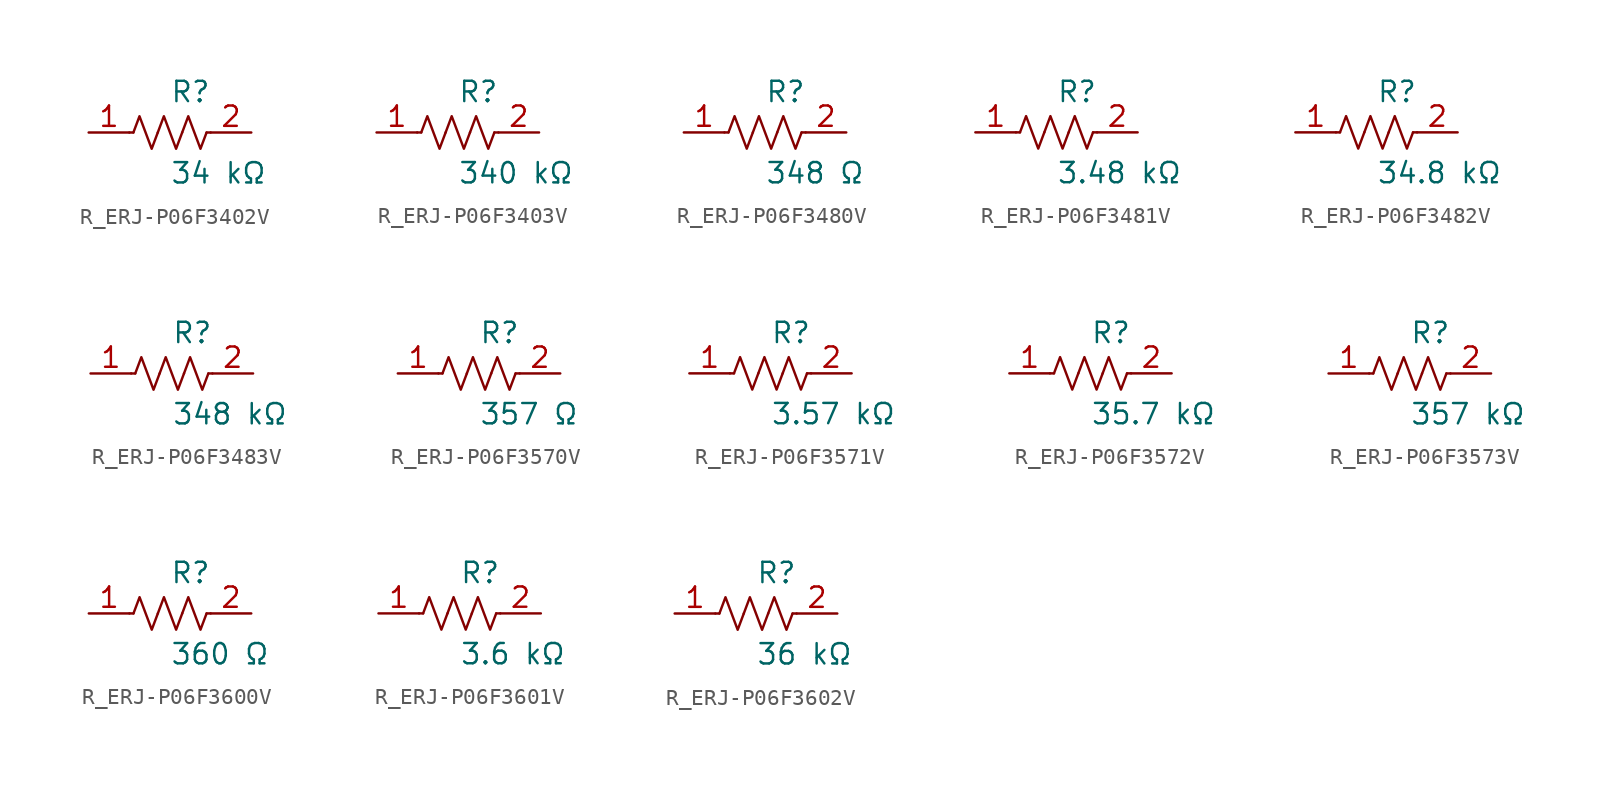
<source format=kicad_sym>
(kicad_symbol_lib
  (version 20231120)
  (generator kicad_symbol_editor)
  (generator_version 8.0)
  (symbol "R_ERJ-P06F3402V"
    (pin_names
      (offset 0.254))
    (property "Reference" "R"
      (at 0 2.54 0)
      (effects (font (size 1.27 1.27)) (justify left)))
    (property "Value" "34 kΩ"
      (at 0 -2.54 0)
      (effects (font (size 1.27 1.27)) (justify left)))
    (symbol "R_ERJ-P06F3402V_0_1"
      (polyline (pts (xy 2.286 0) (xy 2.54 0)) (stroke (width 0) (type default)) (fill (type none)))
      (polyline (pts (xy -2.286 0) (xy -2.54 0)) (stroke (width 0) (type default)) (fill (type none)))
      (polyline (pts (xy 0.762 0) (xy 1.143 1.016) (xy 1.524 0) (xy 1.905 -1.016) (xy 2.286 0)) (stroke (width 0) (type default)) (fill (type none)))
      (polyline (pts (xy -0.762 0) (xy -0.381 1.016) (xy 0 0) (xy 0.381 -1.016) (xy 0.762 0)) (stroke (width 0) (type default)) (fill (type none)))
      (polyline (pts (xy -2.286 0) (xy -1.905 1.016) (xy -1.524 0) (xy -1.143 -1.016) (xy -0.762 0)) (stroke (width 0) (type default)) (fill (type none))))
    (pin passive line
      (at -5.08 0 0)
      (length 2.54)
      (name "" (effects (font (size 1.27 1.27))))
      (number "1" (effects (font (size 1.27 1.27)))))
    (pin passive line
      (at 5.08 0 180)
      (length 2.54)
      (name "" (effects (font (size 1.27 1.27))))
      (number "2" (effects (font (size 1.27 1.27))))))
  (symbol "R_ERJ-P06F3403V"
    (pin_names
      (offset 0.254))
    (property "Reference" "R"
      (at 0 2.54 0)
      (effects (font (size 1.27 1.27)) (justify left)))
    (property "Value" "340 kΩ"
      (at 0 -2.54 0)
      (effects (font (size 1.27 1.27)) (justify left)))
    (symbol "R_ERJ-P06F3403V_0_1"
      (polyline (pts (xy 2.286 0) (xy 2.54 0)) (stroke (width 0) (type default)) (fill (type none)))
      (polyline (pts (xy -2.286 0) (xy -2.54 0)) (stroke (width 0) (type default)) (fill (type none)))
      (polyline (pts (xy 0.762 0) (xy 1.143 1.016) (xy 1.524 0) (xy 1.905 -1.016) (xy 2.286 0)) (stroke (width 0) (type default)) (fill (type none)))
      (polyline (pts (xy -0.762 0) (xy -0.381 1.016) (xy 0 0) (xy 0.381 -1.016) (xy 0.762 0)) (stroke (width 0) (type default)) (fill (type none)))
      (polyline (pts (xy -2.286 0) (xy -1.905 1.016) (xy -1.524 0) (xy -1.143 -1.016) (xy -0.762 0)) (stroke (width 0) (type default)) (fill (type none))))
    (pin passive line
      (at -5.08 0 0)
      (length 2.54)
      (name "" (effects (font (size 1.27 1.27))))
      (number "1" (effects (font (size 1.27 1.27)))))
    (pin passive line
      (at 5.08 0 180)
      (length 2.54)
      (name "" (effects (font (size 1.27 1.27))))
      (number "2" (effects (font (size 1.27 1.27))))))
  (symbol "R_ERJ-P06F3480V"
    (pin_names
      (offset 0.254))
    (property "Reference" "R"
      (at 0 2.54 0)
      (effects (font (size 1.27 1.27)) (justify left)))
    (property "Value" "348 Ω"
      (at 0 -2.54 0)
      (effects (font (size 1.27 1.27)) (justify left)))
    (symbol "R_ERJ-P06F3480V_0_1"
      (polyline (pts (xy 2.286 0) (xy 2.54 0)) (stroke (width 0) (type default)) (fill (type none)))
      (polyline (pts (xy -2.286 0) (xy -2.54 0)) (stroke (width 0) (type default)) (fill (type none)))
      (polyline (pts (xy 0.762 0) (xy 1.143 1.016) (xy 1.524 0) (xy 1.905 -1.016) (xy 2.286 0)) (stroke (width 0) (type default)) (fill (type none)))
      (polyline (pts (xy -0.762 0) (xy -0.381 1.016) (xy 0 0) (xy 0.381 -1.016) (xy 0.762 0)) (stroke (width 0) (type default)) (fill (type none)))
      (polyline (pts (xy -2.286 0) (xy -1.905 1.016) (xy -1.524 0) (xy -1.143 -1.016) (xy -0.762 0)) (stroke (width 0) (type default)) (fill (type none))))
    (pin passive line
      (at -5.08 0 0)
      (length 2.54)
      (name "" (effects (font (size 1.27 1.27))))
      (number "1" (effects (font (size 1.27 1.27)))))
    (pin passive line
      (at 5.08 0 180)
      (length 2.54)
      (name "" (effects (font (size 1.27 1.27))))
      (number "2" (effects (font (size 1.27 1.27))))))
  (symbol "R_ERJ-P06F3481V"
    (pin_names
      (offset 0.254))
    (property "Reference" "R"
      (at 0 2.54 0)
      (effects (font (size 1.27 1.27)) (justify left)))
    (property "Value" "3.48 kΩ"
      (at 0 -2.54 0)
      (effects (font (size 1.27 1.27)) (justify left)))
    (symbol "R_ERJ-P06F3481V_0_1"
      (polyline (pts (xy 2.286 0) (xy 2.54 0)) (stroke (width 0) (type default)) (fill (type none)))
      (polyline (pts (xy -2.286 0) (xy -2.54 0)) (stroke (width 0) (type default)) (fill (type none)))
      (polyline (pts (xy 0.762 0) (xy 1.143 1.016) (xy 1.524 0) (xy 1.905 -1.016) (xy 2.286 0)) (stroke (width 0) (type default)) (fill (type none)))
      (polyline (pts (xy -0.762 0) (xy -0.381 1.016) (xy 0 0) (xy 0.381 -1.016) (xy 0.762 0)) (stroke (width 0) (type default)) (fill (type none)))
      (polyline (pts (xy -2.286 0) (xy -1.905 1.016) (xy -1.524 0) (xy -1.143 -1.016) (xy -0.762 0)) (stroke (width 0) (type default)) (fill (type none))))
    (pin passive line
      (at -5.08 0 0)
      (length 2.54)
      (name "" (effects (font (size 1.27 1.27))))
      (number "1" (effects (font (size 1.27 1.27)))))
    (pin passive line
      (at 5.08 0 180)
      (length 2.54)
      (name "" (effects (font (size 1.27 1.27))))
      (number "2" (effects (font (size 1.27 1.27))))))
  (symbol "R_ERJ-P06F3482V"
    (pin_names
      (offset 0.254))
    (property "Reference" "R"
      (at 0 2.54 0)
      (effects (font (size 1.27 1.27)) (justify left)))
    (property "Value" "34.8 kΩ"
      (at 0 -2.54 0)
      (effects (font (size 1.27 1.27)) (justify left)))
    (symbol "R_ERJ-P06F3482V_0_1"
      (polyline (pts (xy 2.286 0) (xy 2.54 0)) (stroke (width 0) (type default)) (fill (type none)))
      (polyline (pts (xy -2.286 0) (xy -2.54 0)) (stroke (width 0) (type default)) (fill (type none)))
      (polyline (pts (xy 0.762 0) (xy 1.143 1.016) (xy 1.524 0) (xy 1.905 -1.016) (xy 2.286 0)) (stroke (width 0) (type default)) (fill (type none)))
      (polyline (pts (xy -0.762 0) (xy -0.381 1.016) (xy 0 0) (xy 0.381 -1.016) (xy 0.762 0)) (stroke (width 0) (type default)) (fill (type none)))
      (polyline (pts (xy -2.286 0) (xy -1.905 1.016) (xy -1.524 0) (xy -1.143 -1.016) (xy -0.762 0)) (stroke (width 0) (type default)) (fill (type none))))
    (pin passive line
      (at -5.08 0 0)
      (length 2.54)
      (name "" (effects (font (size 1.27 1.27))))
      (number "1" (effects (font (size 1.27 1.27)))))
    (pin passive line
      (at 5.08 0 180)
      (length 2.54)
      (name "" (effects (font (size 1.27 1.27))))
      (number "2" (effects (font (size 1.27 1.27))))))
  (symbol "R_ERJ-P06F3483V"
    (pin_names
      (offset 0.254))
    (property "Reference" "R"
      (at 0 2.54 0)
      (effects (font (size 1.27 1.27)) (justify left)))
    (property "Value" "348 kΩ"
      (at 0 -2.54 0)
      (effects (font (size 1.27 1.27)) (justify left)))
    (symbol "R_ERJ-P06F3483V_0_1"
      (polyline (pts (xy 2.286 0) (xy 2.54 0)) (stroke (width 0) (type default)) (fill (type none)))
      (polyline (pts (xy -2.286 0) (xy -2.54 0)) (stroke (width 0) (type default)) (fill (type none)))
      (polyline (pts (xy 0.762 0) (xy 1.143 1.016) (xy 1.524 0) (xy 1.905 -1.016) (xy 2.286 0)) (stroke (width 0) (type default)) (fill (type none)))
      (polyline (pts (xy -0.762 0) (xy -0.381 1.016) (xy 0 0) (xy 0.381 -1.016) (xy 0.762 0)) (stroke (width 0) (type default)) (fill (type none)))
      (polyline (pts (xy -2.286 0) (xy -1.905 1.016) (xy -1.524 0) (xy -1.143 -1.016) (xy -0.762 0)) (stroke (width 0) (type default)) (fill (type none))))
    (pin passive line
      (at -5.08 0 0)
      (length 2.54)
      (name "" (effects (font (size 1.27 1.27))))
      (number "1" (effects (font (size 1.27 1.27)))))
    (pin passive line
      (at 5.08 0 180)
      (length 2.54)
      (name "" (effects (font (size 1.27 1.27))))
      (number "2" (effects (font (size 1.27 1.27))))))
  (symbol "R_ERJ-P06F3570V"
    (pin_names
      (offset 0.254))
    (property "Reference" "R"
      (at 0 2.54 0)
      (effects (font (size 1.27 1.27)) (justify left)))
    (property "Value" "357 Ω"
      (at 0 -2.54 0)
      (effects (font (size 1.27 1.27)) (justify left)))
    (symbol "R_ERJ-P06F3570V_0_1"
      (polyline (pts (xy 2.286 0) (xy 2.54 0)) (stroke (width 0) (type default)) (fill (type none)))
      (polyline (pts (xy -2.286 0) (xy -2.54 0)) (stroke (width 0) (type default)) (fill (type none)))
      (polyline (pts (xy 0.762 0) (xy 1.143 1.016) (xy 1.524 0) (xy 1.905 -1.016) (xy 2.286 0)) (stroke (width 0) (type default)) (fill (type none)))
      (polyline (pts (xy -0.762 0) (xy -0.381 1.016) (xy 0 0) (xy 0.381 -1.016) (xy 0.762 0)) (stroke (width 0) (type default)) (fill (type none)))
      (polyline (pts (xy -2.286 0) (xy -1.905 1.016) (xy -1.524 0) (xy -1.143 -1.016) (xy -0.762 0)) (stroke (width 0) (type default)) (fill (type none))))
    (pin passive line
      (at -5.08 0 0)
      (length 2.54)
      (name "" (effects (font (size 1.27 1.27))))
      (number "1" (effects (font (size 1.27 1.27)))))
    (pin passive line
      (at 5.08 0 180)
      (length 2.54)
      (name "" (effects (font (size 1.27 1.27))))
      (number "2" (effects (font (size 1.27 1.27))))))
  (symbol "R_ERJ-P06F3571V"
    (pin_names
      (offset 0.254))
    (property "Reference" "R"
      (at 0 2.54 0)
      (effects (font (size 1.27 1.27)) (justify left)))
    (property "Value" "3.57 kΩ"
      (at 0 -2.54 0)
      (effects (font (size 1.27 1.27)) (justify left)))
    (symbol "R_ERJ-P06F3571V_0_1"
      (polyline (pts (xy 2.286 0) (xy 2.54 0)) (stroke (width 0) (type default)) (fill (type none)))
      (polyline (pts (xy -2.286 0) (xy -2.54 0)) (stroke (width 0) (type default)) (fill (type none)))
      (polyline (pts (xy 0.762 0) (xy 1.143 1.016) (xy 1.524 0) (xy 1.905 -1.016) (xy 2.286 0)) (stroke (width 0) (type default)) (fill (type none)))
      (polyline (pts (xy -0.762 0) (xy -0.381 1.016) (xy 0 0) (xy 0.381 -1.016) (xy 0.762 0)) (stroke (width 0) (type default)) (fill (type none)))
      (polyline (pts (xy -2.286 0) (xy -1.905 1.016) (xy -1.524 0) (xy -1.143 -1.016) (xy -0.762 0)) (stroke (width 0) (type default)) (fill (type none))))
    (pin passive line
      (at -5.08 0 0)
      (length 2.54)
      (name "" (effects (font (size 1.27 1.27))))
      (number "1" (effects (font (size 1.27 1.27)))))
    (pin passive line
      (at 5.08 0 180)
      (length 2.54)
      (name "" (effects (font (size 1.27 1.27))))
      (number "2" (effects (font (size 1.27 1.27))))))
  (symbol "R_ERJ-P06F3572V"
    (pin_names
      (offset 0.254))
    (property "Reference" "R"
      (at 0 2.54 0)
      (effects (font (size 1.27 1.27)) (justify left)))
    (property "Value" "35.7 kΩ"
      (at 0 -2.54 0)
      (effects (font (size 1.27 1.27)) (justify left)))
    (symbol "R_ERJ-P06F3572V_0_1"
      (polyline (pts (xy 2.286 0) (xy 2.54 0)) (stroke (width 0) (type default)) (fill (type none)))
      (polyline (pts (xy -2.286 0) (xy -2.54 0)) (stroke (width 0) (type default)) (fill (type none)))
      (polyline (pts (xy 0.762 0) (xy 1.143 1.016) (xy 1.524 0) (xy 1.905 -1.016) (xy 2.286 0)) (stroke (width 0) (type default)) (fill (type none)))
      (polyline (pts (xy -0.762 0) (xy -0.381 1.016) (xy 0 0) (xy 0.381 -1.016) (xy 0.762 0)) (stroke (width 0) (type default)) (fill (type none)))
      (polyline (pts (xy -2.286 0) (xy -1.905 1.016) (xy -1.524 0) (xy -1.143 -1.016) (xy -0.762 0)) (stroke (width 0) (type default)) (fill (type none))))
    (pin passive line
      (at -5.08 0 0)
      (length 2.54)
      (name "" (effects (font (size 1.27 1.27))))
      (number "1" (effects (font (size 1.27 1.27)))))
    (pin passive line
      (at 5.08 0 180)
      (length 2.54)
      (name "" (effects (font (size 1.27 1.27))))
      (number "2" (effects (font (size 1.27 1.27))))))
  (symbol "R_ERJ-P06F3573V"
    (pin_names
      (offset 0.254))
    (property "Reference" "R"
      (at 0 2.54 0)
      (effects (font (size 1.27 1.27)) (justify left)))
    (property "Value" "357 kΩ"
      (at 0 -2.54 0)
      (effects (font (size 1.27 1.27)) (justify left)))
    (symbol "R_ERJ-P06F3573V_0_1"
      (polyline (pts (xy 2.286 0) (xy 2.54 0)) (stroke (width 0) (type default)) (fill (type none)))
      (polyline (pts (xy -2.286 0) (xy -2.54 0)) (stroke (width 0) (type default)) (fill (type none)))
      (polyline (pts (xy 0.762 0) (xy 1.143 1.016) (xy 1.524 0) (xy 1.905 -1.016) (xy 2.286 0)) (stroke (width 0) (type default)) (fill (type none)))
      (polyline (pts (xy -0.762 0) (xy -0.381 1.016) (xy 0 0) (xy 0.381 -1.016) (xy 0.762 0)) (stroke (width 0) (type default)) (fill (type none)))
      (polyline (pts (xy -2.286 0) (xy -1.905 1.016) (xy -1.524 0) (xy -1.143 -1.016) (xy -0.762 0)) (stroke (width 0) (type default)) (fill (type none))))
    (pin passive line
      (at -5.08 0 0)
      (length 2.54)
      (name "" (effects (font (size 1.27 1.27))))
      (number "1" (effects (font (size 1.27 1.27)))))
    (pin passive line
      (at 5.08 0 180)
      (length 2.54)
      (name "" (effects (font (size 1.27 1.27))))
      (number "2" (effects (font (size 1.27 1.27))))))
  (symbol "R_ERJ-P06F3600V"
    (pin_names
      (offset 0.254))
    (property "Reference" "R"
      (at 0 2.54 0)
      (effects (font (size 1.27 1.27)) (justify left)))
    (property "Value" "360 Ω"
      (at 0 -2.54 0)
      (effects (font (size 1.27 1.27)) (justify left)))
    (symbol "R_ERJ-P06F3600V_0_1"
      (polyline (pts (xy 2.286 0) (xy 2.54 0)) (stroke (width 0) (type default)) (fill (type none)))
      (polyline (pts (xy -2.286 0) (xy -2.54 0)) (stroke (width 0) (type default)) (fill (type none)))
      (polyline (pts (xy 0.762 0) (xy 1.143 1.016) (xy 1.524 0) (xy 1.905 -1.016) (xy 2.286 0)) (stroke (width 0) (type default)) (fill (type none)))
      (polyline (pts (xy -0.762 0) (xy -0.381 1.016) (xy 0 0) (xy 0.381 -1.016) (xy 0.762 0)) (stroke (width 0) (type default)) (fill (type none)))
      (polyline (pts (xy -2.286 0) (xy -1.905 1.016) (xy -1.524 0) (xy -1.143 -1.016) (xy -0.762 0)) (stroke (width 0) (type default)) (fill (type none))))
    (pin passive line
      (at -5.08 0 0)
      (length 2.54)
      (name "" (effects (font (size 1.27 1.27))))
      (number "1" (effects (font (size 1.27 1.27)))))
    (pin passive line
      (at 5.08 0 180)
      (length 2.54)
      (name "" (effects (font (size 1.27 1.27))))
      (number "2" (effects (font (size 1.27 1.27))))))
  (symbol "R_ERJ-P06F3601V"
    (pin_names
      (offset 0.254))
    (property "Reference" "R"
      (at 0 2.54 0)
      (effects (font (size 1.27 1.27)) (justify left)))
    (property "Value" "3.6 kΩ"
      (at 0 -2.54 0)
      (effects (font (size 1.27 1.27)) (justify left)))
    (symbol "R_ERJ-P06F3601V_0_1"
      (polyline (pts (xy 2.286 0) (xy 2.54 0)) (stroke (width 0) (type default)) (fill (type none)))
      (polyline (pts (xy -2.286 0) (xy -2.54 0)) (stroke (width 0) (type default)) (fill (type none)))
      (polyline (pts (xy 0.762 0) (xy 1.143 1.016) (xy 1.524 0) (xy 1.905 -1.016) (xy 2.286 0)) (stroke (width 0) (type default)) (fill (type none)))
      (polyline (pts (xy -0.762 0) (xy -0.381 1.016) (xy 0 0) (xy 0.381 -1.016) (xy 0.762 0)) (stroke (width 0) (type default)) (fill (type none)))
      (polyline (pts (xy -2.286 0) (xy -1.905 1.016) (xy -1.524 0) (xy -1.143 -1.016) (xy -0.762 0)) (stroke (width 0) (type default)) (fill (type none))))
    (pin passive line
      (at -5.08 0 0)
      (length 2.54)
      (name "" (effects (font (size 1.27 1.27))))
      (number "1" (effects (font (size 1.27 1.27)))))
    (pin passive line
      (at 5.08 0 180)
      (length 2.54)
      (name "" (effects (font (size 1.27 1.27))))
      (number "2" (effects (font (size 1.27 1.27))))))
  (symbol "R_ERJ-P06F3602V"
    (pin_names
      (offset 0.254))
    (property "Reference" "R"
      (at 0 2.54 0)
      (effects (font (size 1.27 1.27)) (justify left)))
    (property "Value" "36 kΩ"
      (at 0 -2.54 0)
      (effects (font (size 1.27 1.27)) (justify left)))
    (symbol "R_ERJ-P06F3602V_0_1"
      (polyline (pts (xy 2.286 0) (xy 2.54 0)) (stroke (width 0) (type default)) (fill (type none)))
      (polyline (pts (xy -2.286 0) (xy -2.54 0)) (stroke (width 0) (type default)) (fill (type none)))
      (polyline (pts (xy 0.762 0) (xy 1.143 1.016) (xy 1.524 0) (xy 1.905 -1.016) (xy 2.286 0)) (stroke (width 0) (type default)) (fill (type none)))
      (polyline (pts (xy -0.762 0) (xy -0.381 1.016) (xy 0 0) (xy 0.381 -1.016) (xy 0.762 0)) (stroke (width 0) (type default)) (fill (type none)))
      (polyline (pts (xy -2.286 0) (xy -1.905 1.016) (xy -1.524 0) (xy -1.143 -1.016) (xy -0.762 0)) (stroke (width 0) (type default)) (fill (type none))))
    (pin passive line
      (at -5.08 0 0)
      (length 2.54)
      (name "" (effects (font (size 1.27 1.27))))
      (number "1" (effects (font (size 1.27 1.27)))))
    (pin passive line
      (at 5.08 0 180)
      (length 2.54)
      (name "" (effects (font (size 1.27 1.27))))
      (number "2" (effects (font (size 1.27 1.27)))))))
</source>
